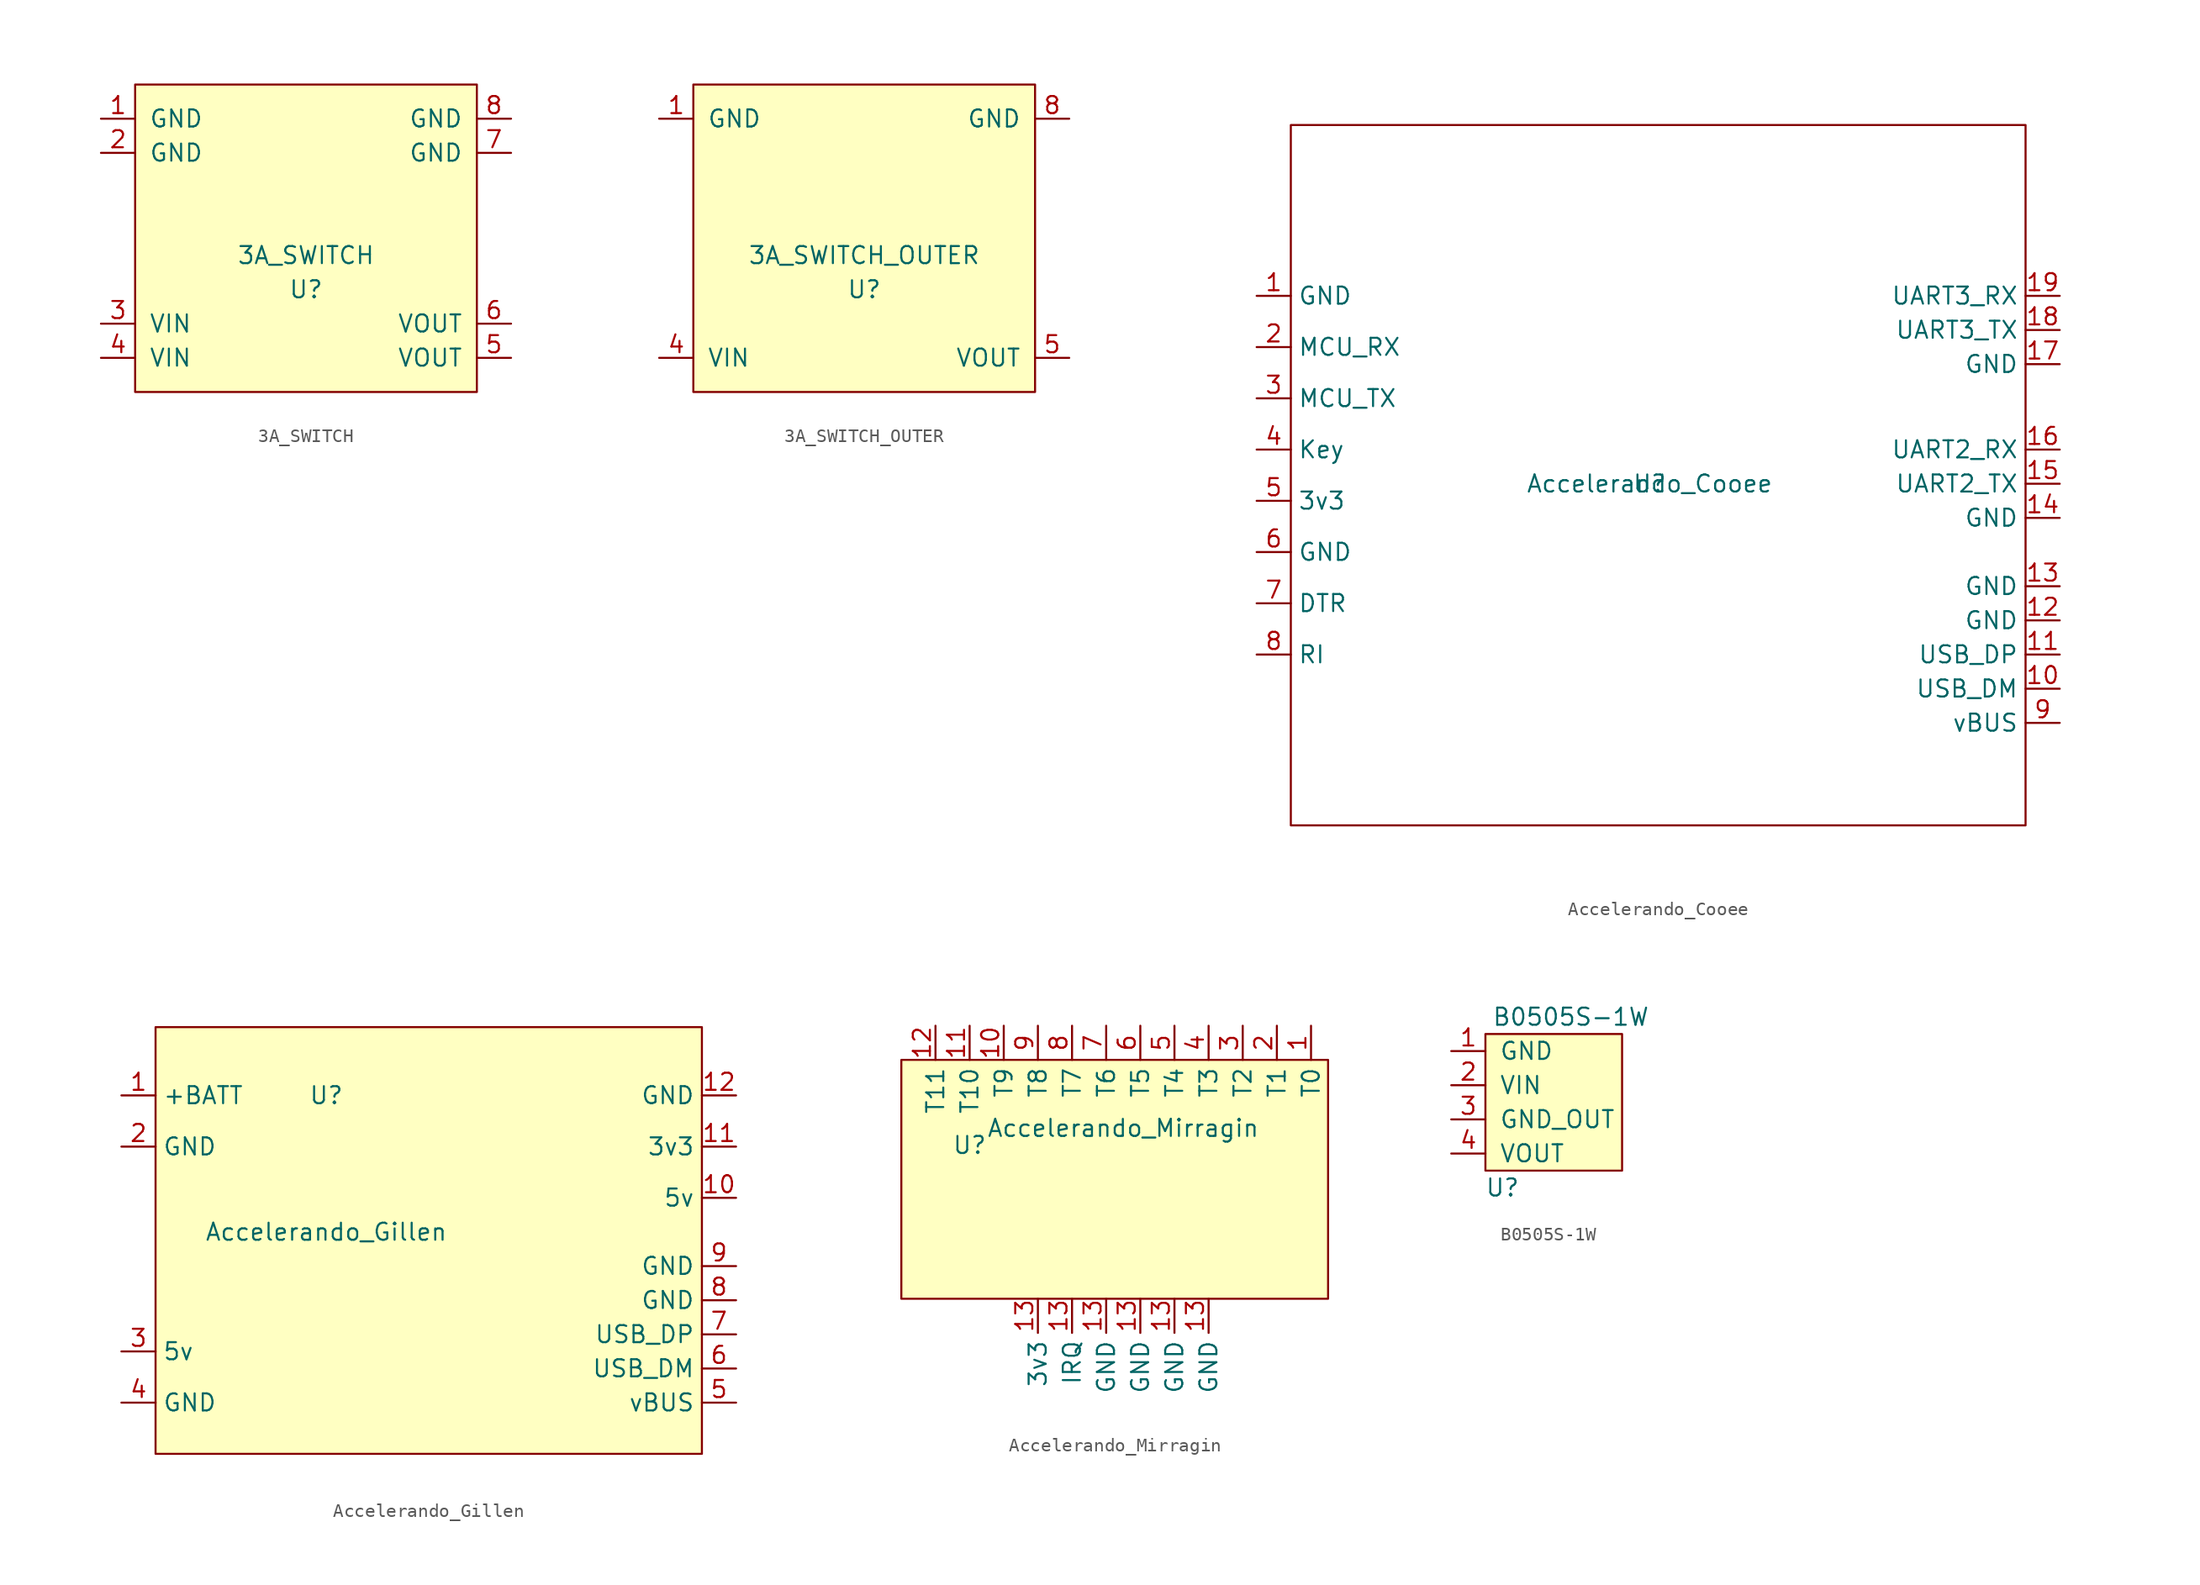
<source format=kicad_sym>
(kicad_symbol_lib
  (version 20211014)
  (generator kicad_symbol_editor)
  (symbol "3A_SWITCH"
    (pin_names
      (offset 1.016))
    (property "Reference" "U"
      (at 0 0 0)
      (effects (font (size 1.27 1.27))))
    (property "Value" "3A_SWITCH"
      (at 0 2.54 0)
      (effects (font (size 1.27 1.27))))
    (symbol "3A_SWITCH_0_1"
      (rectangle (start -12.7 -7.62) (end 12.7 15.24) (stroke (width 0) (type default) (color 0 0 0 0)) (fill (type background))))
    (symbol "3A_SWITCH_1_1"
      (pin power_in line (at -15.24 12.7 0) (length 2.54) (name "GND" (effects (font (size 1.27 1.27)))) (number "1" (effects (font (size 1.27 1.27)))))
      (pin power_in line (at -15.24 10.16 0) (length 2.54) (name "GND" (effects (font (size 1.27 1.27)))) (number "2" (effects (font (size 1.27 1.27)))))
      (pin power_in line (at -15.24 -2.54 0) (length 2.54) (name "VIN" (effects (font (size 1.27 1.27)))) (number "3" (effects (font (size 1.27 1.27)))))
      (pin power_in line (at -15.24 -5.08 0) (length 2.54) (name "VIN" (effects (font (size 1.27 1.27)))) (number "4" (effects (font (size 1.27 1.27)))))
      (pin power_in line (at 15.24 -5.08 180) (length 2.54) (name "VOUT" (effects (font (size 1.27 1.27)))) (number "5" (effects (font (size 1.27 1.27)))))
      (pin power_in line (at 15.24 -2.54 180) (length 2.54) (name "VOUT" (effects (font (size 1.27 1.27)))) (number "6" (effects (font (size 1.27 1.27)))))
      (pin power_in line (at 15.24 10.16 180) (length 2.54) (name "GND" (effects (font (size 1.27 1.27)))) (number "7" (effects (font (size 1.27 1.27)))))
      (pin power_in line (at 15.24 12.7 180) (length 2.54) (name "GND" (effects (font (size 1.27 1.27)))) (number "8" (effects (font (size 1.27 1.27)))))))
  (symbol "3A_SWITCH_OUTER"
    (pin_names
      (offset 1.016))
    (property "Reference" "U"
      (at 0 0 0)
      (effects (font (size 1.27 1.27))))
    (property "Value" "3A_SWITCH_OUTER"
      (at 0 2.54 0)
      (effects (font (size 1.27 1.27))))
    (symbol "3A_SWITCH_OUTER_0_1"
      (rectangle (start -12.7 -7.62) (end 12.7 15.24) (stroke (width 0) (type default) (color 0 0 0 0)) (fill (type background))))
    (symbol "3A_SWITCH_OUTER_1_1"
      (pin power_in line (at -15.24 12.7 0) (length 2.54) (name "GND" (effects (font (size 1.27 1.27)))) (number "1" (effects (font (size 1.27 1.27)))))
      (pin power_in line (at -15.24 -5.08 0) (length 2.54) (name "VIN" (effects (font (size 1.27 1.27)))) (number "4" (effects (font (size 1.27 1.27)))))
      (pin power_in line (at 15.24 -5.08 180) (length 2.54) (name "VOUT" (effects (font (size 1.27 1.27)))) (number "5" (effects (font (size 1.27 1.27)))))
      (pin power_in line (at 15.24 12.7 180) (length 2.54) (name "GND" (effects (font (size 1.27 1.27)))) (number "8" (effects (font (size 1.27 1.27)))))))
  (symbol "Accelerando_Cooee"
    (property "Reference" "U"
      (at 0 0 0)
      (effects (font (size 1.27 1.27))))
    (property "Value" "Accelerando_Cooee"
      (at 0 0 0)
      (effects (font (size 1.27 1.27))))
    (symbol "Accelerando_Cooee_0_1"
      (rectangle (start -26.67 26.67) (end 27.94 -25.4) (stroke (width 0.152) (type default) (color 0 0 0 0)) (fill (type none))))
    (symbol "Accelerando_Cooee_1_1"
      (pin input line (at -29.21 13.97 0) (length 2.54) (name "GND" (effects (font (size 1.27 1.27)))) (number "1" (effects (font (size 1.27 1.27)))))
      (pin bidirectional line (at 30.48 -15.24 180) (length 2.54) (name "USB_DM" (effects (font (size 1.27 1.27)))) (number "10" (effects (font (size 1.27 1.27)))))
      (pin bidirectional line (at 30.48 -12.7 180) (length 2.54) (name "USB_DP" (effects (font (size 1.27 1.27)))) (number "11" (effects (font (size 1.27 1.27)))))
      (pin power_in line (at 30.48 -10.16 180) (length 2.54) (name "GND" (effects (font (size 1.27 1.27)))) (number "12" (effects (font (size 1.27 1.27)))))
      (pin power_in line (at 30.48 -7.62 180) (length 2.54) (name "GND" (effects (font (size 1.27 1.27)))) (number "13" (effects (font (size 1.27 1.27)))))
      (pin power_in line (at 30.48 -2.54 180) (length 2.54) (name "GND" (effects (font (size 1.27 1.27)))) (number "14" (effects (font (size 1.27 1.27)))))
      (pin output line (at 30.48 0 180) (length 2.54) (name "UART2_TX" (effects (font (size 1.27 1.27)))) (number "15" (effects (font (size 1.27 1.27)))))
      (pin input line (at 30.48 2.54 180) (length 2.54) (name "UART2_RX" (effects (font (size 1.27 1.27)))) (number "16" (effects (font (size 1.27 1.27)))))
      (pin power_in line (at 30.48 8.89 180) (length 2.54) (name "GND" (effects (font (size 1.27 1.27)))) (number "17" (effects (font (size 1.27 1.27)))))
      (pin output line (at 30.48 11.43 180) (length 2.54) (name "UART3_TX" (effects (font (size 1.27 1.27)))) (number "18" (effects (font (size 1.27 1.27)))))
      (pin input line (at 30.48 13.97 180) (length 2.54) (name "UART3_RX" (effects (font (size 1.27 1.27)))) (number "19" (effects (font (size 1.27 1.27)))))
      (pin output line (at -29.21 10.16 0) (length 2.54) (name "MCU_RX" (effects (font (size 1.27 1.27)))) (number "2" (effects (font (size 1.27 1.27)))))
      (pin input line (at -29.21 6.35 0) (length 2.54) (name "MCU_TX" (effects (font (size 1.27 1.27)))) (number "3" (effects (font (size 1.27 1.27)))))
      (pin input line (at -29.21 2.54 0) (length 2.54) (name "Key" (effects (font (size 1.27 1.27)))) (number "4" (effects (font (size 1.27 1.27)))))
      (pin power_in line (at -29.21 -1.27 0) (length 2.54) (name "3v3" (effects (font (size 1.27 1.27)))) (number "5" (effects (font (size 1.27 1.27)))))
      (pin power_in line (at -29.21 -5.08 0) (length 2.54) (name "GND" (effects (font (size 1.27 1.27)))) (number "6" (effects (font (size 1.27 1.27)))))
      (pin input line (at -29.21 -8.89 0) (length 2.54) (name "DTR" (effects (font (size 1.27 1.27)))) (number "7" (effects (font (size 1.27 1.27)))))
      (pin output line (at -29.21 -12.7 0) (length 2.54) (name "RI" (effects (font (size 1.27 1.27)))) (number "8" (effects (font (size 1.27 1.27)))))
      (pin power_in line (at 30.48 -17.78 180) (length 2.54) (name "vBUS" (effects (font (size 1.27 1.27)))) (number "9" (effects (font (size 1.27 1.27)))))))
  (symbol "Accelerando_Gillen"
    (property "Reference" "U"
      (at -7.62 10.16 0)
      (effects (font (size 1.27 1.27))))
    (property "Value" "Accelerando_Gillen"
      (at -7.62 0 0)
      (effects (font (size 1.27 1.27))))
    (symbol "Accelerando_Gillen_0_1"
      (rectangle (start -20.32 15.24) (end 20.32 -16.51) (stroke (width 0.152) (type default) (color 0 0 0 0)) (fill (type background))))
    (symbol "Accelerando_Gillen_1_1"
      (pin power_in line (at -22.86 10.16 0) (length 2.54) (name "+BATT" (effects (font (size 1.27 1.27)))) (number "1" (effects (font (size 1.27 1.27)))))
      (pin power_out line (at 22.86 2.54 180) (length 2.54) (name "5v" (effects (font (size 1.27 1.27)))) (number "10" (effects (font (size 1.27 1.27)))))
      (pin power_out line (at 22.86 6.35 180) (length 2.54) (name "3v3" (effects (font (size 1.27 1.27)))) (number "11" (effects (font (size 1.27 1.27)))))
      (pin power_out line (at 22.86 10.16 180) (length 2.54) (name "GND" (effects (font (size 1.27 1.27)))) (number "12" (effects (font (size 1.27 1.27)))))
      (pin power_in line (at -22.86 6.35 0) (length 2.54) (name "GND" (effects (font (size 1.27 1.27)))) (number "2" (effects (font (size 1.27 1.27)))))
      (pin power_in line (at -22.86 -8.89 0) (length 2.54) (name "5v" (effects (font (size 1.27 1.27)))) (number "3" (effects (font (size 1.27 1.27)))))
      (pin power_in line (at -22.86 -12.7 0) (length 2.54) (name "GND" (effects (font (size 1.27 1.27)))) (number "4" (effects (font (size 1.27 1.27)))))
      (pin power_in line (at 22.86 -12.7 180) (length 2.54) (name "vBUS" (effects (font (size 1.27 1.27)))) (number "5" (effects (font (size 1.27 1.27)))))
      (pin bidirectional line (at 22.86 -10.16 180) (length 2.54) (name "USB_DM" (effects (font (size 1.27 1.27)))) (number "6" (effects (font (size 1.27 1.27)))))
      (pin bidirectional line (at 22.86 -7.62 180) (length 2.54) (name "USB_DP" (effects (font (size 1.27 1.27)))) (number "7" (effects (font (size 1.27 1.27)))))
      (pin power_in line (at 22.86 -5.08 180) (length 2.54) (name "GND" (effects (font (size 1.27 1.27)))) (number "8" (effects (font (size 1.27 1.27)))))
      (pin power_in line (at 22.86 -2.54 180) (length 2.54) (name "GND" (effects (font (size 1.27 1.27)))) (number "9" (effects (font (size 1.27 1.27)))))))
  (symbol "Accelerando_Mirragin"
    (property "Reference" "U"
      (at 0 10.16 0)
      (effects (font (size 1.27 1.27))))
    (property "Value" "Accelerando_Mirragin"
      (at 11.43 11.43 0)
      (effects (font (size 1.27 1.27))))
    (symbol "Accelerando_Mirragin_0_1"
      (rectangle (start -5.08 16.51) (end 26.67 -1.27) (stroke (width 0.152) (type default) (color 0 0 0 0)) (fill (type background))))
    (symbol "Accelerando_Mirragin_1_1"
      (pin input line (at 25.4 19.05 270) (length 2.54) (name "T0" (effects (font (size 1.27 1.27)))) (number "1" (effects (font (size 1.27 1.27)))))
      (pin input line (at 2.54 19.05 270) (length 2.54) (name "T9" (effects (font (size 1.27 1.27)))) (number "10" (effects (font (size 1.27 1.27)))))
      (pin input line (at 0 19.05 270) (length 2.54) (name "T10" (effects (font (size 1.27 1.27)))) (number "11" (effects (font (size 1.27 1.27)))))
      (pin input line (at -2.54 19.05 270) (length 2.54) (name "T11" (effects (font (size 1.27 1.27)))) (number "12" (effects (font (size 1.27 1.27)))))
      (pin power_in line (at 5.08 -1.27 270) (length 2.54) (name "3v3" (effects (font (size 1.27 1.27)))) (number "13" (effects (font (size 1.27 1.27)))))
      (pin power_out line (at 10.16 -1.27 270) (length 2.54) (name "GND" (effects (font (size 1.27 1.27)))) (number "13" (effects (font (size 1.27 1.27)))))
      (pin power_out line (at 12.7 -1.27 270) (length 2.54) (name "GND" (effects (font (size 1.27 1.27)))) (number "13" (effects (font (size 1.27 1.27)))))
      (pin power_out line (at 15.24 -1.27 270) (length 2.54) (name "GND" (effects (font (size 1.27 1.27)))) (number "13" (effects (font (size 1.27 1.27)))))
      (pin power_out line (at 17.78 -1.27 270) (length 2.54) (name "GND" (effects (font (size 1.27 1.27)))) (number "13" (effects (font (size 1.27 1.27)))))
      (pin output line (at 7.62 -1.27 270) (length 2.54) (name "IRQ" (effects (font (size 1.27 1.27)))) (number "13" (effects (font (size 1.27 1.27)))))
      (pin input line (at 22.86 19.05 270) (length 2.54) (name "T1" (effects (font (size 1.27 1.27)))) (number "2" (effects (font (size 1.27 1.27)))))
      (pin input line (at 20.32 19.05 270) (length 2.54) (name "T2" (effects (font (size 1.27 1.27)))) (number "3" (effects (font (size 1.27 1.27)))))
      (pin input line (at 17.78 19.05 270) (length 2.54) (name "T3" (effects (font (size 1.27 1.27)))) (number "4" (effects (font (size 1.27 1.27)))))
      (pin input line (at 15.24 19.05 270) (length 2.54) (name "T4" (effects (font (size 1.27 1.27)))) (number "5" (effects (font (size 1.27 1.27)))))
      (pin input line (at 12.7 19.05 270) (length 2.54) (name "T5" (effects (font (size 1.27 1.27)))) (number "6" (effects (font (size 1.27 1.27)))))
      (pin input line (at 10.16 19.05 270) (length 2.54) (name "T6" (effects (font (size 1.27 1.27)))) (number "7" (effects (font (size 1.27 1.27)))))
      (pin input line (at 7.62 19.05 270) (length 2.54) (name "T7" (effects (font (size 1.27 1.27)))) (number "8" (effects (font (size 1.27 1.27)))))
      (pin input line (at 5.08 19.05 270) (length 2.54) (name "T8" (effects (font (size 1.27 1.27)))) (number "9" (effects (font (size 1.27 1.27)))))))
  (symbol "B0505S-1W"
    (pin_names
      (offset 1.016))
    (property "Reference" "U"
      (at 1.27 3.81 0)
      (effects (font (size 1.27 1.27))))
    (property "Value" "B0505S-1W"
      (at 6.35 16.51 0)
      (effects (font (size 1.27 1.27))))
    (symbol "B0505S-1W_0_1"
      (rectangle (start 0 15.24) (end 10.16 5.08) (stroke (width 0) (type default) (color 0 0 0 0)) (fill (type background))))
    (symbol "B0505S-1W_1_1"
      (pin input line (at -2.54 13.97 0) (length 2.54) (name "GND" (effects (font (size 1.27 1.27)))) (number "1" (effects (font (size 1.27 1.27)))))
      (pin power_in line (at -2.54 11.43 0) (length 2.54) (name "VIN" (effects (font (size 1.27 1.27)))) (number "2" (effects (font (size 1.27 1.27)))))
      (pin input line (at -2.54 8.89 0) (length 2.54) (name "GND_OUT" (effects (font (size 1.27 1.27)))) (number "3" (effects (font (size 1.27 1.27)))))
      (pin power_out line (at -2.54 6.35 0) (length 2.54) (name "VOUT" (effects (font (size 1.27 1.27)))) (number "4" (effects (font (size 1.27 1.27))))))))
</source>
